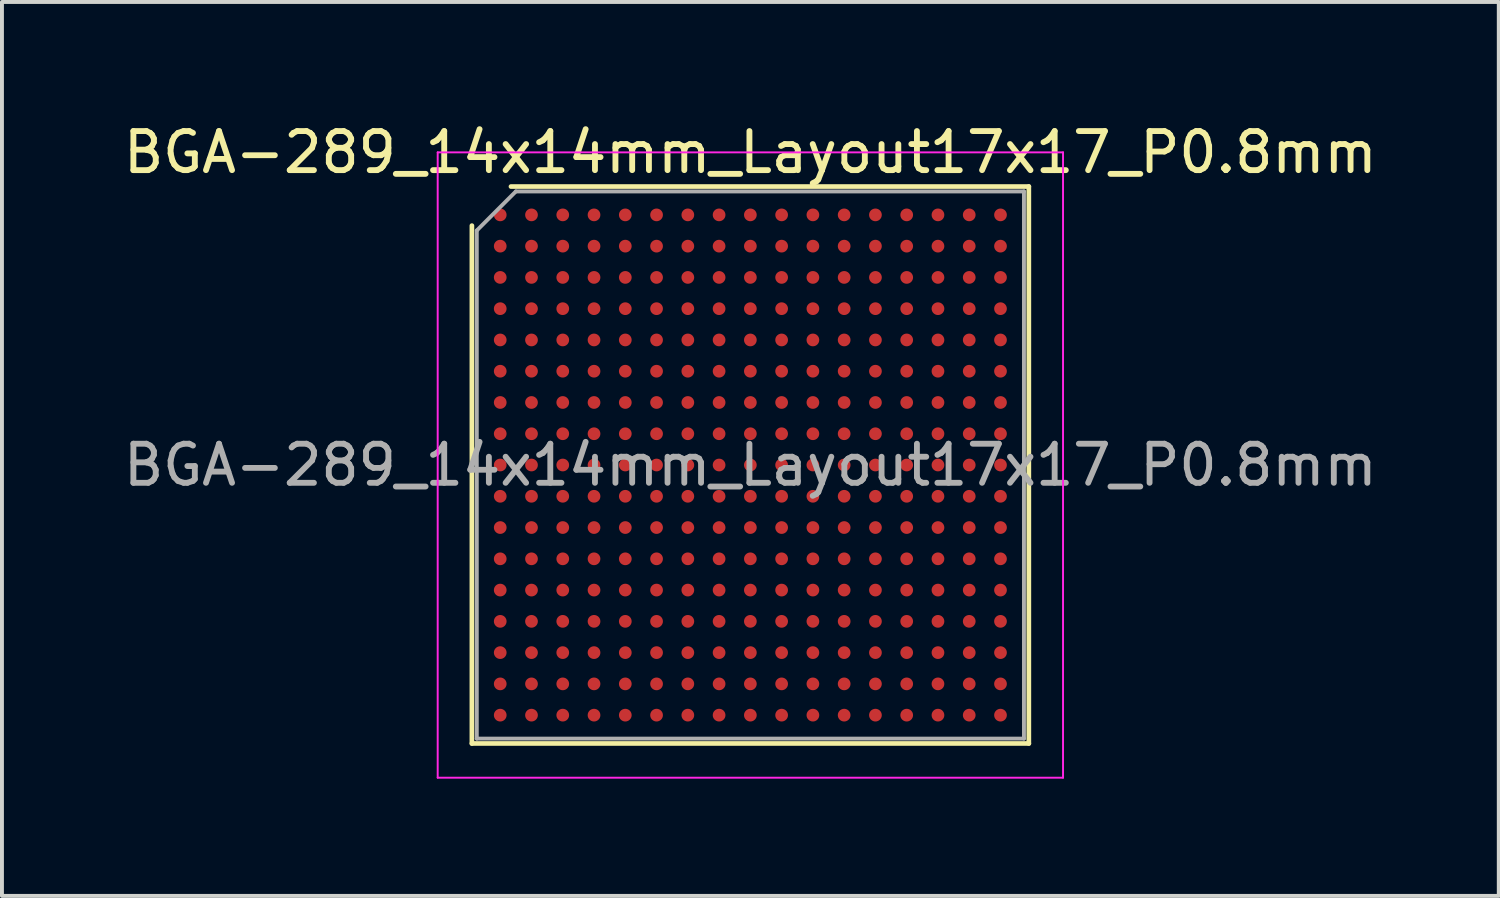
<source format=kicad_pcb>
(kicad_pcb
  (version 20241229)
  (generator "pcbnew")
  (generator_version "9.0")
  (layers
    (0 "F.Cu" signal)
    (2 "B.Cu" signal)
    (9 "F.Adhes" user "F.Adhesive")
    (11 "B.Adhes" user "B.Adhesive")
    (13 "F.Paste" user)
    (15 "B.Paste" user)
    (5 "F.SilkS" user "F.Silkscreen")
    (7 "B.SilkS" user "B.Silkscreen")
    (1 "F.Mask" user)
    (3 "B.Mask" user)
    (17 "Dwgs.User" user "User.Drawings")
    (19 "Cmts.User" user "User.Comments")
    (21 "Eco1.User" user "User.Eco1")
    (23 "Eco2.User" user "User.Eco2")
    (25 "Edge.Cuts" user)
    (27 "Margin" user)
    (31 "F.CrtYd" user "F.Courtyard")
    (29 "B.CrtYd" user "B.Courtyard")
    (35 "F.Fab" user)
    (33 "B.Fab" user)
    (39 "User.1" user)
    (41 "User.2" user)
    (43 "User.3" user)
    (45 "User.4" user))
  (footprint "BGA-289_14x14mm_Layout17x17_P0.8mm"
    (layer "F.Cu")
    (at 16.149 8.848)
    (property "Reference" "BGA-289_14x14mm_Layout17x17_P0.8mm" (at 0 -8 0) (layer "F.SilkS") (effects (font (size 1 1) (thickness 0.15))))
    (attr smd)
    (fp_line (start -7.125 7.125) (end -7.125 -6.125) (stroke (width 0.12) (type solid)) (layer "F.SilkS"))
    (fp_line (start -6.125 -7.125) (end 7.125 -7.125) (stroke (width 0.12) (type solid)) (layer "F.SilkS"))
    (fp_line (start 7.125 -7.125) (end 7.125 7.125) (stroke (width 0.12) (type solid)) (layer "F.SilkS"))
    (fp_line (start 7.125 7.125) (end -7.125 7.125) (stroke (width 0.12) (type solid)) (layer "F.SilkS"))
    (fp_line (start -8 -8) (end -8 8) (stroke (width 0.05) (type solid)) (layer "F.CrtYd"))
    (fp_line (start -8 8) (end 8 8) (stroke (width 0.05) (type solid)) (layer "F.CrtYd"))
    (fp_line (start 8 -8) (end -8 -8) (stroke (width 0.05) (type solid)) (layer "F.CrtYd"))
    (fp_line (start 8 8) (end 8 -8) (stroke (width 0.05) (type solid)) (layer "F.CrtYd"))
    (fp_line (start -7 -6) (end -6 -7) (stroke (width 0.1) (type solid)) (layer "F.Fab"))
    (fp_line (start -7 7) (end -7 -6) (stroke (width 0.1) (type solid)) (layer "F.Fab"))
    (fp_line (start -6 -7) (end 7 -7) (stroke (width 0.1) (type solid)) (layer "F.Fab"))
    (fp_line (start 7 -7) (end 7 7) (stroke (width 0.1) (type solid)) (layer "F.Fab"))
    (fp_line (start 7 7) (end -7 7) (stroke (width 0.1) (type solid)) (layer "F.Fab"))
    (fp_text user "${REFERENCE}" (at 0 0 0) (layer "F.Fab") (effects (font (size 1 1) (thickness 0.15))))
    (pad "A1" smd circle (at -6.4 -6.4) (size 0.325 0.325) (layers "F.Cu" "F.Mask" "F.Paste"))
    (pad "A2" smd circle (at -5.6 -6.4) (size 0.325 0.325) (layers "F.Cu" "F.Mask" "F.Paste"))
    (pad "A3" smd circle (at -4.8 -6.4) (size 0.325 0.325) (layers "F.Cu" "F.Mask" "F.Paste"))
    (pad "A4" smd circle (at -4 -6.4) (size 0.325 0.325) (layers "F.Cu" "F.Mask" "F.Paste"))
    (pad "A5" smd circle (at -3.2 -6.4) (size 0.325 0.325) (layers "F.Cu" "F.Mask" "F.Paste"))
    (pad "A6" smd circle (at -2.4 -6.4) (size 0.325 0.325) (layers "F.Cu" "F.Mask" "F.Paste"))
    (pad "A7" smd circle (at -1.6 -6.4) (size 0.325 0.325) (layers "F.Cu" "F.Mask" "F.Paste"))
    (pad "A8" smd circle (at -0.8 -6.4) (size 0.325 0.325) (layers "F.Cu" "F.Mask" "F.Paste"))
    (pad "A9" smd circle (at 0 -6.4) (size 0.325 0.325) (layers "F.Cu" "F.Mask" "F.Paste"))
    (pad "A10" smd circle (at 0.8 -6.4) (size 0.325 0.325) (layers "F.Cu" "F.Mask" "F.Paste"))
    (pad "A11" smd circle (at 1.6 -6.4) (size 0.325 0.325) (layers "F.Cu" "F.Mask" "F.Paste"))
    (pad "A12" smd circle (at 2.4 -6.4) (size 0.325 0.325) (layers "F.Cu" "F.Mask" "F.Paste"))
    (pad "A13" smd circle (at 3.2 -6.4) (size 0.325 0.325) (layers "F.Cu" "F.Mask" "F.Paste"))
    (pad "A14" smd circle (at 4 -6.4) (size 0.325 0.325) (layers "F.Cu" "F.Mask" "F.Paste"))
    (pad "A15" smd circle (at 4.8 -6.4) (size 0.325 0.325) (layers "F.Cu" "F.Mask" "F.Paste"))
    (pad "A16" smd circle (at 5.6 -6.4) (size 0.325 0.325) (layers "F.Cu" "F.Mask" "F.Paste"))
    (pad "A17" smd circle (at 6.4 -6.4) (size 0.325 0.325) (layers "F.Cu" "F.Mask" "F.Paste"))
    (pad "B1" smd circle (at -6.4 -5.6) (size 0.325 0.325) (layers "F.Cu" "F.Mask" "F.Paste"))
    (pad "B2" smd circle (at -5.6 -5.6) (size 0.325 0.325) (layers "F.Cu" "F.Mask" "F.Paste"))
    (pad "B3" smd circle (at -4.8 -5.6) (size 0.325 0.325) (layers "F.Cu" "F.Mask" "F.Paste"))
    (pad "B4" smd circle (at -4 -5.6) (size 0.325 0.325) (layers "F.Cu" "F.Mask" "F.Paste"))
    (pad "B5" smd circle (at -3.2 -5.6) (size 0.325 0.325) (layers "F.Cu" "F.Mask" "F.Paste"))
    (pad "B6" smd circle (at -2.4 -5.6) (size 0.325 0.325) (layers "F.Cu" "F.Mask" "F.Paste"))
    (pad "B7" smd circle (at -1.6 -5.6) (size 0.325 0.325) (layers "F.Cu" "F.Mask" "F.Paste"))
    (pad "B8" smd circle (at -0.8 -5.6) (size 0.325 0.325) (layers "F.Cu" "F.Mask" "F.Paste"))
    (pad "B9" smd circle (at 0 -5.6) (size 0.325 0.325) (layers "F.Cu" "F.Mask" "F.Paste"))
    (pad "B10" smd circle (at 0.8 -5.6) (size 0.325 0.325) (layers "F.Cu" "F.Mask" "F.Paste"))
    (pad "B11" smd circle (at 1.6 -5.6) (size 0.325 0.325) (layers "F.Cu" "F.Mask" "F.Paste"))
    (pad "B12" smd circle (at 2.4 -5.6) (size 0.325 0.325) (layers "F.Cu" "F.Mask" "F.Paste"))
    (pad "B13" smd circle (at 3.2 -5.6) (size 0.325 0.325) (layers "F.Cu" "F.Mask" "F.Paste"))
    (pad "B14" smd circle (at 4 -5.6) (size 0.325 0.325) (layers "F.Cu" "F.Mask" "F.Paste"))
    (pad "B15" smd circle (at 4.8 -5.6) (size 0.325 0.325) (layers "F.Cu" "F.Mask" "F.Paste"))
    (pad "B16" smd circle (at 5.6 -5.6) (size 0.325 0.325) (layers "F.Cu" "F.Mask" "F.Paste"))
    (pad "B17" smd circle (at 6.4 -5.6) (size 0.325 0.325) (layers "F.Cu" "F.Mask" "F.Paste"))
    (pad "C1" smd circle (at -6.4 -4.8) (size 0.325 0.325) (layers "F.Cu" "F.Mask" "F.Paste"))
    (pad "C2" smd circle (at -5.6 -4.8) (size 0.325 0.325) (layers "F.Cu" "F.Mask" "F.Paste"))
    (pad "C3" smd circle (at -4.8 -4.8) (size 0.325 0.325) (layers "F.Cu" "F.Mask" "F.Paste"))
    (pad "C4" smd circle (at -4 -4.8) (size 0.325 0.325) (layers "F.Cu" "F.Mask" "F.Paste"))
    (pad "C5" smd circle (at -3.2 -4.8) (size 0.325 0.325) (layers "F.Cu" "F.Mask" "F.Paste"))
    (pad "C6" smd circle (at -2.4 -4.8) (size 0.325 0.325) (layers "F.Cu" "F.Mask" "F.Paste"))
    (pad "C7" smd circle (at -1.6 -4.8) (size 0.325 0.325) (layers "F.Cu" "F.Mask" "F.Paste"))
    (pad "C8" smd circle (at -0.8 -4.8) (size 0.325 0.325) (layers "F.Cu" "F.Mask" "F.Paste"))
    (pad "C9" smd circle (at 0 -4.8) (size 0.325 0.325) (layers "F.Cu" "F.Mask" "F.Paste"))
    (pad "C10" smd circle (at 0.8 -4.8) (size 0.325 0.325) (layers "F.Cu" "F.Mask" "F.Paste"))
    (pad "C11" smd circle (at 1.6 -4.8) (size 0.325 0.325) (layers "F.Cu" "F.Mask" "F.Paste"))
    (pad "C12" smd circle (at 2.4 -4.8) (size 0.325 0.325) (layers "F.Cu" "F.Mask" "F.Paste"))
    (pad "C13" smd circle (at 3.2 -4.8) (size 0.325 0.325) (layers "F.Cu" "F.Mask" "F.Paste"))
    (pad "C14" smd circle (at 4 -4.8) (size 0.325 0.325) (layers "F.Cu" "F.Mask" "F.Paste"))
    (pad "C15" smd circle (at 4.8 -4.8) (size 0.325 0.325) (layers "F.Cu" "F.Mask" "F.Paste"))
    (pad "C16" smd circle (at 5.6 -4.8) (size 0.325 0.325) (layers "F.Cu" "F.Mask" "F.Paste"))
    (pad "C17" smd circle (at 6.4 -4.8) (size 0.325 0.325) (layers "F.Cu" "F.Mask" "F.Paste"))
    (pad "D1" smd circle (at -6.4 -4) (size 0.325 0.325) (layers "F.Cu" "F.Mask" "F.Paste"))
    (pad "D2" smd circle (at -5.6 -4) (size 0.325 0.325) (layers "F.Cu" "F.Mask" "F.Paste"))
    (pad "D3" smd circle (at -4.8 -4) (size 0.325 0.325) (layers "F.Cu" "F.Mask" "F.Paste"))
    (pad "D4" smd circle (at -4 -4) (size 0.325 0.325) (layers "F.Cu" "F.Mask" "F.Paste"))
    (pad "D5" smd circle (at -3.2 -4) (size 0.325 0.325) (layers "F.Cu" "F.Mask" "F.Paste"))
    (pad "D6" smd circle (at -2.4 -4) (size 0.325 0.325) (layers "F.Cu" "F.Mask" "F.Paste"))
    (pad "D7" smd circle (at -1.6 -4) (size 0.325 0.325) (layers "F.Cu" "F.Mask" "F.Paste"))
    (pad "D8" smd circle (at -0.8 -4) (size 0.325 0.325) (layers "F.Cu" "F.Mask" "F.Paste"))
    (pad "D9" smd circle (at 0 -4) (size 0.325 0.325) (layers "F.Cu" "F.Mask" "F.Paste"))
    (pad "D10" smd circle (at 0.8 -4) (size 0.325 0.325) (layers "F.Cu" "F.Mask" "F.Paste"))
    (pad "D11" smd circle (at 1.6 -4) (size 0.325 0.325) (layers "F.Cu" "F.Mask" "F.Paste"))
    (pad "D12" smd circle (at 2.4 -4) (size 0.325 0.325) (layers "F.Cu" "F.Mask" "F.Paste"))
    (pad "D13" smd circle (at 3.2 -4) (size 0.325 0.325) (layers "F.Cu" "F.Mask" "F.Paste"))
    (pad "D14" smd circle (at 4 -4) (size 0.325 0.325) (layers "F.Cu" "F.Mask" "F.Paste"))
    (pad "D15" smd circle (at 4.8 -4) (size 0.325 0.325) (layers "F.Cu" "F.Mask" "F.Paste"))
    (pad "D16" smd circle (at 5.6 -4) (size 0.325 0.325) (layers "F.Cu" "F.Mask" "F.Paste"))
    (pad "D17" smd circle (at 6.4 -4) (size 0.325 0.325) (layers "F.Cu" "F.Mask" "F.Paste"))
    (pad "E1" smd circle (at -6.4 -3.2) (size 0.325 0.325) (layers "F.Cu" "F.Mask" "F.Paste"))
    (pad "E2" smd circle (at -5.6 -3.2) (size 0.325 0.325) (layers "F.Cu" "F.Mask" "F.Paste"))
    (pad "E3" smd circle (at -4.8 -3.2) (size 0.325 0.325) (layers "F.Cu" "F.Mask" "F.Paste"))
    (pad "E4" smd circle (at -4 -3.2) (size 0.325 0.325) (layers "F.Cu" "F.Mask" "F.Paste"))
    (pad "E5" smd circle (at -3.2 -3.2) (size 0.325 0.325) (layers "F.Cu" "F.Mask" "F.Paste"))
    (pad "E6" smd circle (at -2.4 -3.2) (size 0.325 0.325) (layers "F.Cu" "F.Mask" "F.Paste"))
    (pad "E7" smd circle (at -1.6 -3.2) (size 0.325 0.325) (layers "F.Cu" "F.Mask" "F.Paste"))
    (pad "E8" smd circle (at -0.8 -3.2) (size 0.325 0.325) (layers "F.Cu" "F.Mask" "F.Paste"))
    (pad "E9" smd circle (at 0 -3.2) (size 0.325 0.325) (layers "F.Cu" "F.Mask" "F.Paste"))
    (pad "E10" smd circle (at 0.8 -3.2) (size 0.325 0.325) (layers "F.Cu" "F.Mask" "F.Paste"))
    (pad "E11" smd circle (at 1.6 -3.2) (size 0.325 0.325) (layers "F.Cu" "F.Mask" "F.Paste"))
    (pad "E12" smd circle (at 2.4 -3.2) (size 0.325 0.325) (layers "F.Cu" "F.Mask" "F.Paste"))
    (pad "E13" smd circle (at 3.2 -3.2) (size 0.325 0.325) (layers "F.Cu" "F.Mask" "F.Paste"))
    (pad "E14" smd circle (at 4 -3.2) (size 0.325 0.325) (layers "F.Cu" "F.Mask" "F.Paste"))
    (pad "E15" smd circle (at 4.8 -3.2) (size 0.325 0.325) (layers "F.Cu" "F.Mask" "F.Paste"))
    (pad "E16" smd circle (at 5.6 -3.2) (size 0.325 0.325) (layers "F.Cu" "F.Mask" "F.Paste"))
    (pad "E17" smd circle (at 6.4 -3.2) (size 0.325 0.325) (layers "F.Cu" "F.Mask" "F.Paste"))
    (pad "F1" smd circle (at -6.4 -2.4) (size 0.325 0.325) (layers "F.Cu" "F.Mask" "F.Paste"))
    (pad "F2" smd circle (at -5.6 -2.4) (size 0.325 0.325) (layers "F.Cu" "F.Mask" "F.Paste"))
    (pad "F3" smd circle (at -4.8 -2.4) (size 0.325 0.325) (layers "F.Cu" "F.Mask" "F.Paste"))
    (pad "F4" smd circle (at -4 -2.4) (size 0.325 0.325) (layers "F.Cu" "F.Mask" "F.Paste"))
    (pad "F5" smd circle (at -3.2 -2.4) (size 0.325 0.325) (layers "F.Cu" "F.Mask" "F.Paste"))
    (pad "F6" smd circle (at -2.4 -2.4) (size 0.325 0.325) (layers "F.Cu" "F.Mask" "F.Paste"))
    (pad "F7" smd circle (at -1.6 -2.4) (size 0.325 0.325) (layers "F.Cu" "F.Mask" "F.Paste"))
    (pad "F8" smd circle (at -0.8 -2.4) (size 0.325 0.325) (layers "F.Cu" "F.Mask" "F.Paste"))
    (pad "F9" smd circle (at 0 -2.4) (size 0.325 0.325) (layers "F.Cu" "F.Mask" "F.Paste"))
    (pad "F10" smd circle (at 0.8 -2.4) (size 0.325 0.325) (layers "F.Cu" "F.Mask" "F.Paste"))
    (pad "F11" smd circle (at 1.6 -2.4) (size 0.325 0.325) (layers "F.Cu" "F.Mask" "F.Paste"))
    (pad "F12" smd circle (at 2.4 -2.4) (size 0.325 0.325) (layers "F.Cu" "F.Mask" "F.Paste"))
    (pad "F13" smd circle (at 3.2 -2.4) (size 0.325 0.325) (layers "F.Cu" "F.Mask" "F.Paste"))
    (pad "F14" smd circle (at 4 -2.4) (size 0.325 0.325) (layers "F.Cu" "F.Mask" "F.Paste"))
    (pad "F15" smd circle (at 4.8 -2.4) (size 0.325 0.325) (layers "F.Cu" "F.Mask" "F.Paste"))
    (pad "F16" smd circle (at 5.6 -2.4) (size 0.325 0.325) (layers "F.Cu" "F.Mask" "F.Paste"))
    (pad "F17" smd circle (at 6.4 -2.4) (size 0.325 0.325) (layers "F.Cu" "F.Mask" "F.Paste"))
    (pad "G1" smd circle (at -6.4 -1.6) (size 0.325 0.325) (layers "F.Cu" "F.Mask" "F.Paste"))
    (pad "G2" smd circle (at -5.6 -1.6) (size 0.325 0.325) (layers "F.Cu" "F.Mask" "F.Paste"))
    (pad "G3" smd circle (at -4.8 -1.6) (size 0.325 0.325) (layers "F.Cu" "F.Mask" "F.Paste"))
    (pad "G4" smd circle (at -4 -1.6) (size 0.325 0.325) (layers "F.Cu" "F.Mask" "F.Paste"))
    (pad "G5" smd circle (at -3.2 -1.6) (size 0.325 0.325) (layers "F.Cu" "F.Mask" "F.Paste"))
    (pad "G6" smd circle (at -2.4 -1.6) (size 0.325 0.325) (layers "F.Cu" "F.Mask" "F.Paste"))
    (pad "G7" smd circle (at -1.6 -1.6) (size 0.325 0.325) (layers "F.Cu" "F.Mask" "F.Paste"))
    (pad "G8" smd circle (at -0.8 -1.6) (size 0.325 0.325) (layers "F.Cu" "F.Mask" "F.Paste"))
    (pad "G9" smd circle (at 0 -1.6) (size 0.325 0.325) (layers "F.Cu" "F.Mask" "F.Paste"))
    (pad "G10" smd circle (at 0.8 -1.6) (size 0.325 0.325) (layers "F.Cu" "F.Mask" "F.Paste"))
    (pad "G11" smd circle (at 1.6 -1.6) (size 0.325 0.325) (layers "F.Cu" "F.Mask" "F.Paste"))
    (pad "G12" smd circle (at 2.4 -1.6) (size 0.325 0.325) (layers "F.Cu" "F.Mask" "F.Paste"))
    (pad "G13" smd circle (at 3.2 -1.6) (size 0.325 0.325) (layers "F.Cu" "F.Mask" "F.Paste"))
    (pad "G14" smd circle (at 4 -1.6) (size 0.325 0.325) (layers "F.Cu" "F.Mask" "F.Paste"))
    (pad "G15" smd circle (at 4.8 -1.6) (size 0.325 0.325) (layers "F.Cu" "F.Mask" "F.Paste"))
    (pad "G16" smd circle (at 5.6 -1.6) (size 0.325 0.325) (layers "F.Cu" "F.Mask" "F.Paste"))
    (pad "G17" smd circle (at 6.4 -1.6) (size 0.325 0.325) (layers "F.Cu" "F.Mask" "F.Paste"))
    (pad "H1" smd circle (at -6.4 -0.8) (size 0.325 0.325) (layers "F.Cu" "F.Mask" "F.Paste"))
    (pad "H2" smd circle (at -5.6 -0.8) (size 0.325 0.325) (layers "F.Cu" "F.Mask" "F.Paste"))
    (pad "H3" smd circle (at -4.8 -0.8) (size 0.325 0.325) (layers "F.Cu" "F.Mask" "F.Paste"))
    (pad "H4" smd circle (at -4 -0.8) (size 0.325 0.325) (layers "F.Cu" "F.Mask" "F.Paste"))
    (pad "H5" smd circle (at -3.2 -0.8) (size 0.325 0.325) (layers "F.Cu" "F.Mask" "F.Paste"))
    (pad "H6" smd circle (at -2.4 -0.8) (size 0.325 0.325) (layers "F.Cu" "F.Mask" "F.Paste"))
    (pad "H7" smd circle (at -1.6 -0.8) (size 0.325 0.325) (layers "F.Cu" "F.Mask" "F.Paste"))
    (pad "H8" smd circle (at -0.8 -0.8) (size 0.325 0.325) (layers "F.Cu" "F.Mask" "F.Paste"))
    (pad "H9" smd circle (at 0 -0.8) (size 0.325 0.325) (layers "F.Cu" "F.Mask" "F.Paste"))
    (pad "H10" smd circle (at 0.8 -0.8) (size 0.325 0.325) (layers "F.Cu" "F.Mask" "F.Paste"))
    (pad "H11" smd circle (at 1.6 -0.8) (size 0.325 0.325) (layers "F.Cu" "F.Mask" "F.Paste"))
    (pad "H12" smd circle (at 2.4 -0.8) (size 0.325 0.325) (layers "F.Cu" "F.Mask" "F.Paste"))
    (pad "H13" smd circle (at 3.2 -0.8) (size 0.325 0.325) (layers "F.Cu" "F.Mask" "F.Paste"))
    (pad "H14" smd circle (at 4 -0.8) (size 0.325 0.325) (layers "F.Cu" "F.Mask" "F.Paste"))
    (pad "H15" smd circle (at 4.8 -0.8) (size 0.325 0.325) (layers "F.Cu" "F.Mask" "F.Paste"))
    (pad "H16" smd circle (at 5.6 -0.8) (size 0.325 0.325) (layers "F.Cu" "F.Mask" "F.Paste"))
    (pad "H17" smd circle (at 6.4 -0.8) (size 0.325 0.325) (layers "F.Cu" "F.Mask" "F.Paste"))
    (pad "J1" smd circle (at -6.4 0) (size 0.325 0.325) (layers "F.Cu" "F.Mask" "F.Paste"))
    (pad "J2" smd circle (at -5.6 0) (size 0.325 0.325) (layers "F.Cu" "F.Mask" "F.Paste"))
    (pad "J3" smd circle (at -4.8 0) (size 0.325 0.325) (layers "F.Cu" "F.Mask" "F.Paste"))
    (pad "J4" smd circle (at -4 0) (size 0.325 0.325) (layers "F.Cu" "F.Mask" "F.Paste"))
    (pad "J5" smd circle (at -3.2 0) (size 0.325 0.325) (layers "F.Cu" "F.Mask" "F.Paste"))
    (pad "J6" smd circle (at -2.4 0) (size 0.325 0.325) (layers "F.Cu" "F.Mask" "F.Paste"))
    (pad "J7" smd circle (at -1.6 0) (size 0.325 0.325) (layers "F.Cu" "F.Mask" "F.Paste"))
    (pad "J8" smd circle (at -0.8 0) (size 0.325 0.325) (layers "F.Cu" "F.Mask" "F.Paste"))
    (pad "J9" smd circle (at 0 0) (size 0.325 0.325) (layers "F.Cu" "F.Mask" "F.Paste"))
    (pad "J10" smd circle (at 0.8 0) (size 0.325 0.325) (layers "F.Cu" "F.Mask" "F.Paste"))
    (pad "J11" smd circle (at 1.6 0) (size 0.325 0.325) (layers "F.Cu" "F.Mask" "F.Paste"))
    (pad "J12" smd circle (at 2.4 0) (size 0.325 0.325) (layers "F.Cu" "F.Mask" "F.Paste"))
    (pad "J13" smd circle (at 3.2 0) (size 0.325 0.325) (layers "F.Cu" "F.Mask" "F.Paste"))
    (pad "J14" smd circle (at 4 0) (size 0.325 0.325) (layers "F.Cu" "F.Mask" "F.Paste"))
    (pad "J15" smd circle (at 4.8 0) (size 0.325 0.325) (layers "F.Cu" "F.Mask" "F.Paste"))
    (pad "J16" smd circle (at 5.6 0) (size 0.325 0.325) (layers "F.Cu" "F.Mask" "F.Paste"))
    (pad "J17" smd circle (at 6.4 0) (size 0.325 0.325) (layers "F.Cu" "F.Mask" "F.Paste"))
    (pad "K1" smd circle (at -6.4 0.8) (size 0.325 0.325) (layers "F.Cu" "F.Mask" "F.Paste"))
    (pad "K2" smd circle (at -5.6 0.8) (size 0.325 0.325) (layers "F.Cu" "F.Mask" "F.Paste"))
    (pad "K3" smd circle (at -4.8 0.8) (size 0.325 0.325) (layers "F.Cu" "F.Mask" "F.Paste"))
    (pad "K4" smd circle (at -4 0.8) (size 0.325 0.325) (layers "F.Cu" "F.Mask" "F.Paste"))
    (pad "K5" smd circle (at -3.2 0.8) (size 0.325 0.325) (layers "F.Cu" "F.Mask" "F.Paste"))
    (pad "K6" smd circle (at -2.4 0.8) (size 0.325 0.325) (layers "F.Cu" "F.Mask" "F.Paste"))
    (pad "K7" smd circle (at -1.6 0.8) (size 0.325 0.325) (layers "F.Cu" "F.Mask" "F.Paste"))
    (pad "K8" smd circle (at -0.8 0.8) (size 0.325 0.325) (layers "F.Cu" "F.Mask" "F.Paste"))
    (pad "K9" smd circle (at 0 0.8) (size 0.325 0.325) (layers "F.Cu" "F.Mask" "F.Paste"))
    (pad "K10" smd circle (at 0.8 0.8) (size 0.325 0.325) (layers "F.Cu" "F.Mask" "F.Paste"))
    (pad "K11" smd circle (at 1.6 0.8) (size 0.325 0.325) (layers "F.Cu" "F.Mask" "F.Paste"))
    (pad "K12" smd circle (at 2.4 0.8) (size 0.325 0.325) (layers "F.Cu" "F.Mask" "F.Paste"))
    (pad "K13" smd circle (at 3.2 0.8) (size 0.325 0.325) (layers "F.Cu" "F.Mask" "F.Paste"))
    (pad "K14" smd circle (at 4 0.8) (size 0.325 0.325) (layers "F.Cu" "F.Mask" "F.Paste"))
    (pad "K15" smd circle (at 4.8 0.8) (size 0.325 0.325) (layers "F.Cu" "F.Mask" "F.Paste"))
    (pad "K16" smd circle (at 5.6 0.8) (size 0.325 0.325) (layers "F.Cu" "F.Mask" "F.Paste"))
    (pad "K17" smd circle (at 6.4 0.8) (size 0.325 0.325) (layers "F.Cu" "F.Mask" "F.Paste"))
    (pad "L1" smd circle (at -6.4 1.6) (size 0.325 0.325) (layers "F.Cu" "F.Mask" "F.Paste"))
    (pad "L2" smd circle (at -5.6 1.6) (size 0.325 0.325) (layers "F.Cu" "F.Mask" "F.Paste"))
    (pad "L3" smd circle (at -4.8 1.6) (size 0.325 0.325) (layers "F.Cu" "F.Mask" "F.Paste"))
    (pad "L4" smd circle (at -4 1.6) (size 0.325 0.325) (layers "F.Cu" "F.Mask" "F.Paste"))
    (pad "L5" smd circle (at -3.2 1.6) (size 0.325 0.325) (layers "F.Cu" "F.Mask" "F.Paste"))
    (pad "L6" smd circle (at -2.4 1.6) (size 0.325 0.325) (layers "F.Cu" "F.Mask" "F.Paste"))
    (pad "L7" smd circle (at -1.6 1.6) (size 0.325 0.325) (layers "F.Cu" "F.Mask" "F.Paste"))
    (pad "L8" smd circle (at -0.8 1.6) (size 0.325 0.325) (layers "F.Cu" "F.Mask" "F.Paste"))
    (pad "L9" smd circle (at 0 1.6) (size 0.325 0.325) (layers "F.Cu" "F.Mask" "F.Paste"))
    (pad "L10" smd circle (at 0.8 1.6) (size 0.325 0.325) (layers "F.Cu" "F.Mask" "F.Paste"))
    (pad "L11" smd circle (at 1.6 1.6) (size 0.325 0.325) (layers "F.Cu" "F.Mask" "F.Paste"))
    (pad "L12" smd circle (at 2.4 1.6) (size 0.325 0.325) (layers "F.Cu" "F.Mask" "F.Paste"))
    (pad "L13" smd circle (at 3.2 1.6) (size 0.325 0.325) (layers "F.Cu" "F.Mask" "F.Paste"))
    (pad "L14" smd circle (at 4 1.6) (size 0.325 0.325) (layers "F.Cu" "F.Mask" "F.Paste"))
    (pad "L15" smd circle (at 4.8 1.6) (size 0.325 0.325) (layers "F.Cu" "F.Mask" "F.Paste"))
    (pad "L16" smd circle (at 5.6 1.6) (size 0.325 0.325) (layers "F.Cu" "F.Mask" "F.Paste"))
    (pad "L17" smd circle (at 6.4 1.6) (size 0.325 0.325) (layers "F.Cu" "F.Mask" "F.Paste"))
    (pad "M1" smd circle (at -6.4 2.4) (size 0.325 0.325) (layers "F.Cu" "F.Mask" "F.Paste"))
    (pad "M2" smd circle (at -5.6 2.4) (size 0.325 0.325) (layers "F.Cu" "F.Mask" "F.Paste"))
    (pad "M3" smd circle (at -4.8 2.4) (size 0.325 0.325) (layers "F.Cu" "F.Mask" "F.Paste"))
    (pad "M4" smd circle (at -4 2.4) (size 0.325 0.325) (layers "F.Cu" "F.Mask" "F.Paste"))
    (pad "M5" smd circle (at -3.2 2.4) (size 0.325 0.325) (layers "F.Cu" "F.Mask" "F.Paste"))
    (pad "M6" smd circle (at -2.4 2.4) (size 0.325 0.325) (layers "F.Cu" "F.Mask" "F.Paste"))
    (pad "M7" smd circle (at -1.6 2.4) (size 0.325 0.325) (layers "F.Cu" "F.Mask" "F.Paste"))
    (pad "M8" smd circle (at -0.8 2.4) (size 0.325 0.325) (layers "F.Cu" "F.Mask" "F.Paste"))
    (pad "M9" smd circle (at 0 2.4) (size 0.325 0.325) (layers "F.Cu" "F.Mask" "F.Paste"))
    (pad "M10" smd circle (at 0.8 2.4) (size 0.325 0.325) (layers "F.Cu" "F.Mask" "F.Paste"))
    (pad "M11" smd circle (at 1.6 2.4) (size 0.325 0.325) (layers "F.Cu" "F.Mask" "F.Paste"))
    (pad "M12" smd circle (at 2.4 2.4) (size 0.325 0.325) (layers "F.Cu" "F.Mask" "F.Paste"))
    (pad "M13" smd circle (at 3.2 2.4) (size 0.325 0.325) (layers "F.Cu" "F.Mask" "F.Paste"))
    (pad "M14" smd circle (at 4 2.4) (size 0.325 0.325) (layers "F.Cu" "F.Mask" "F.Paste"))
    (pad "M15" smd circle (at 4.8 2.4) (size 0.325 0.325) (layers "F.Cu" "F.Mask" "F.Paste"))
    (pad "M16" smd circle (at 5.6 2.4) (size 0.325 0.325) (layers "F.Cu" "F.Mask" "F.Paste"))
    (pad "M17" smd circle (at 6.4 2.4) (size 0.325 0.325) (layers "F.Cu" "F.Mask" "F.Paste"))
    (pad "N1" smd circle (at -6.4 3.2) (size 0.325 0.325) (layers "F.Cu" "F.Mask" "F.Paste"))
    (pad "N2" smd circle (at -5.6 3.2) (size 0.325 0.325) (layers "F.Cu" "F.Mask" "F.Paste"))
    (pad "N3" smd circle (at -4.8 3.2) (size 0.325 0.325) (layers "F.Cu" "F.Mask" "F.Paste"))
    (pad "N4" smd circle (at -4 3.2) (size 0.325 0.325) (layers "F.Cu" "F.Mask" "F.Paste"))
    (pad "N5" smd circle (at -3.2 3.2) (size 0.325 0.325) (layers "F.Cu" "F.Mask" "F.Paste"))
    (pad "N6" smd circle (at -2.4 3.2) (size 0.325 0.325) (layers "F.Cu" "F.Mask" "F.Paste"))
    (pad "N7" smd circle (at -1.6 3.2) (size 0.325 0.325) (layers "F.Cu" "F.Mask" "F.Paste"))
    (pad "N8" smd circle (at -0.8 3.2) (size 0.325 0.325) (layers "F.Cu" "F.Mask" "F.Paste"))
    (pad "N9" smd circle (at 0 3.2) (size 0.325 0.325) (layers "F.Cu" "F.Mask" "F.Paste"))
    (pad "N10" smd circle (at 0.8 3.2) (size 0.325 0.325) (layers "F.Cu" "F.Mask" "F.Paste"))
    (pad "N11" smd circle (at 1.6 3.2) (size 0.325 0.325) (layers "F.Cu" "F.Mask" "F.Paste"))
    (pad "N12" smd circle (at 2.4 3.2) (size 0.325 0.325) (layers "F.Cu" "F.Mask" "F.Paste"))
    (pad "N13" smd circle (at 3.2 3.2) (size 0.325 0.325) (layers "F.Cu" "F.Mask" "F.Paste"))
    (pad "N14" smd circle (at 4 3.2) (size 0.325 0.325) (layers "F.Cu" "F.Mask" "F.Paste"))
    (pad "N15" smd circle (at 4.8 3.2) (size 0.325 0.325) (layers "F.Cu" "F.Mask" "F.Paste"))
    (pad "N16" smd circle (at 5.6 3.2) (size 0.325 0.325) (layers "F.Cu" "F.Mask" "F.Paste"))
    (pad "N17" smd circle (at 6.4 3.2) (size 0.325 0.325) (layers "F.Cu" "F.Mask" "F.Paste"))
    (pad "P1" smd circle (at -6.4 4) (size 0.325 0.325) (layers "F.Cu" "F.Mask" "F.Paste"))
    (pad "P2" smd circle (at -5.6 4) (size 0.325 0.325) (layers "F.Cu" "F.Mask" "F.Paste"))
    (pad "P3" smd circle (at -4.8 4) (size 0.325 0.325) (layers "F.Cu" "F.Mask" "F.Paste"))
    (pad "P4" smd circle (at -4 4) (size 0.325 0.325) (layers "F.Cu" "F.Mask" "F.Paste"))
    (pad "P5" smd circle (at -3.2 4) (size 0.325 0.325) (layers "F.Cu" "F.Mask" "F.Paste"))
    (pad "P6" smd circle (at -2.4 4) (size 0.325 0.325) (layers "F.Cu" "F.Mask" "F.Paste"))
    (pad "P7" smd circle (at -1.6 4) (size 0.325 0.325) (layers "F.Cu" "F.Mask" "F.Paste"))
    (pad "P8" smd circle (at -0.8 4) (size 0.325 0.325) (layers "F.Cu" "F.Mask" "F.Paste"))
    (pad "P9" smd circle (at 0 4) (size 0.325 0.325) (layers "F.Cu" "F.Mask" "F.Paste"))
    (pad "P10" smd circle (at 0.8 4) (size 0.325 0.325) (layers "F.Cu" "F.Mask" "F.Paste"))
    (pad "P11" smd circle (at 1.6 4) (size 0.325 0.325) (layers "F.Cu" "F.Mask" "F.Paste"))
    (pad "P12" smd circle (at 2.4 4) (size 0.325 0.325) (layers "F.Cu" "F.Mask" "F.Paste"))
    (pad "P13" smd circle (at 3.2 4) (size 0.325 0.325) (layers "F.Cu" "F.Mask" "F.Paste"))
    (pad "P14" smd circle (at 4 4) (size 0.325 0.325) (layers "F.Cu" "F.Mask" "F.Paste"))
    (pad "P15" smd circle (at 4.8 4) (size 0.325 0.325) (layers "F.Cu" "F.Mask" "F.Paste"))
    (pad "P16" smd circle (at 5.6 4) (size 0.325 0.325) (layers "F.Cu" "F.Mask" "F.Paste"))
    (pad "P17" smd circle (at 6.4 4) (size 0.325 0.325) (layers "F.Cu" "F.Mask" "F.Paste"))
    (pad "R1" smd circle (at -6.4 4.8) (size 0.325 0.325) (layers "F.Cu" "F.Mask" "F.Paste"))
    (pad "R2" smd circle (at -5.6 4.8) (size 0.325 0.325) (layers "F.Cu" "F.Mask" "F.Paste"))
    (pad "R3" smd circle (at -4.8 4.8) (size 0.325 0.325) (layers "F.Cu" "F.Mask" "F.Paste"))
    (pad "R4" smd circle (at -4 4.8) (size 0.325 0.325) (layers "F.Cu" "F.Mask" "F.Paste"))
    (pad "R5" smd circle (at -3.2 4.8) (size 0.325 0.325) (layers "F.Cu" "F.Mask" "F.Paste"))
    (pad "R6" smd circle (at -2.4 4.8) (size 0.325 0.325) (layers "F.Cu" "F.Mask" "F.Paste"))
    (pad "R7" smd circle (at -1.6 4.8) (size 0.325 0.325) (layers "F.Cu" "F.Mask" "F.Paste"))
    (pad "R8" smd circle (at -0.8 4.8) (size 0.325 0.325) (layers "F.Cu" "F.Mask" "F.Paste"))
    (pad "R9" smd circle (at 0 4.8) (size 0.325 0.325) (layers "F.Cu" "F.Mask" "F.Paste"))
    (pad "R10" smd circle (at 0.8 4.8) (size 0.325 0.325) (layers "F.Cu" "F.Mask" "F.Paste"))
    (pad "R11" smd circle (at 1.6 4.8) (size 0.325 0.325) (layers "F.Cu" "F.Mask" "F.Paste"))
    (pad "R12" smd circle (at 2.4 4.8) (size 0.325 0.325) (layers "F.Cu" "F.Mask" "F.Paste"))
    (pad "R13" smd circle (at 3.2 4.8) (size 0.325 0.325) (layers "F.Cu" "F.Mask" "F.Paste"))
    (pad "R14" smd circle (at 4 4.8) (size 0.325 0.325) (layers "F.Cu" "F.Mask" "F.Paste"))
    (pad "R15" smd circle (at 4.8 4.8) (size 0.325 0.325) (layers "F.Cu" "F.Mask" "F.Paste"))
    (pad "R16" smd circle (at 5.6 4.8) (size 0.325 0.325) (layers "F.Cu" "F.Mask" "F.Paste"))
    (pad "R17" smd circle (at 6.4 4.8) (size 0.325 0.325) (layers "F.Cu" "F.Mask" "F.Paste"))
    (pad "T1" smd circle (at -6.4 5.6) (size 0.325 0.325) (layers "F.Cu" "F.Mask" "F.Paste"))
    (pad "T2" smd circle (at -5.6 5.6) (size 0.325 0.325) (layers "F.Cu" "F.Mask" "F.Paste"))
    (pad "T3" smd circle (at -4.8 5.6) (size 0.325 0.325) (layers "F.Cu" "F.Mask" "F.Paste"))
    (pad "T4" smd circle (at -4 5.6) (size 0.325 0.325) (layers "F.Cu" "F.Mask" "F.Paste"))
    (pad "T5" smd circle (at -3.2 5.6) (size 0.325 0.325) (layers "F.Cu" "F.Mask" "F.Paste"))
    (pad "T6" smd circle (at -2.4 5.6) (size 0.325 0.325) (layers "F.Cu" "F.Mask" "F.Paste"))
    (pad "T7" smd circle (at -1.6 5.6) (size 0.325 0.325) (layers "F.Cu" "F.Mask" "F.Paste"))
    (pad "T8" smd circle (at -0.8 5.6) (size 0.325 0.325) (layers "F.Cu" "F.Mask" "F.Paste"))
    (pad "T9" smd circle (at 0 5.6) (size 0.325 0.325) (layers "F.Cu" "F.Mask" "F.Paste"))
    (pad "T10" smd circle (at 0.8 5.6) (size 0.325 0.325) (layers "F.Cu" "F.Mask" "F.Paste"))
    (pad "T11" smd circle (at 1.6 5.6) (size 0.325 0.325) (layers "F.Cu" "F.Mask" "F.Paste"))
    (pad "T12" smd circle (at 2.4 5.6) (size 0.325 0.325) (layers "F.Cu" "F.Mask" "F.Paste"))
    (pad "T13" smd circle (at 3.2 5.6) (size 0.325 0.325) (layers "F.Cu" "F.Mask" "F.Paste"))
    (pad "T14" smd circle (at 4 5.6) (size 0.325 0.325) (layers "F.Cu" "F.Mask" "F.Paste"))
    (pad "T15" smd circle (at 4.8 5.6) (size 0.325 0.325) (layers "F.Cu" "F.Mask" "F.Paste"))
    (pad "T16" smd circle (at 5.6 5.6) (size 0.325 0.325) (layers "F.Cu" "F.Mask" "F.Paste"))
    (pad "T17" smd circle (at 6.4 5.6) (size 0.325 0.325) (layers "F.Cu" "F.Mask" "F.Paste"))
    (pad "U1" smd circle (at -6.4 6.4) (size 0.325 0.325) (layers "F.Cu" "F.Mask" "F.Paste"))
    (pad "U2" smd circle (at -5.6 6.4) (size 0.325 0.325) (layers "F.Cu" "F.Mask" "F.Paste"))
    (pad "U3" smd circle (at -4.8 6.4) (size 0.325 0.325) (layers "F.Cu" "F.Mask" "F.Paste"))
    (pad "U4" smd circle (at -4 6.4) (size 0.325 0.325) (layers "F.Cu" "F.Mask" "F.Paste"))
    (pad "U5" smd circle (at -3.2 6.4) (size 0.325 0.325) (layers "F.Cu" "F.Mask" "F.Paste"))
    (pad "U6" smd circle (at -2.4 6.4) (size 0.325 0.325) (layers "F.Cu" "F.Mask" "F.Paste"))
    (pad "U7" smd circle (at -1.6 6.4) (size 0.325 0.325) (layers "F.Cu" "F.Mask" "F.Paste"))
    (pad "U8" smd circle (at -0.8 6.4) (size 0.325 0.325) (layers "F.Cu" "F.Mask" "F.Paste"))
    (pad "U9" smd circle (at 0 6.4) (size 0.325 0.325) (layers "F.Cu" "F.Mask" "F.Paste"))
    (pad "U10" smd circle (at 0.8 6.4) (size 0.325 0.325) (layers "F.Cu" "F.Mask" "F.Paste"))
    (pad "U11" smd circle (at 1.6 6.4) (size 0.325 0.325) (layers "F.Cu" "F.Mask" "F.Paste"))
    (pad "U12" smd circle (at 2.4 6.4) (size 0.325 0.325) (layers "F.Cu" "F.Mask" "F.Paste"))
    (pad "U13" smd circle (at 3.2 6.4) (size 0.325 0.325) (layers "F.Cu" "F.Mask" "F.Paste"))
    (pad "U14" smd circle (at 4 6.4) (size 0.325 0.325) (layers "F.Cu" "F.Mask" "F.Paste"))
    (pad "U15" smd circle (at 4.8 6.4) (size 0.325 0.325) (layers "F.Cu" "F.Mask" "F.Paste"))
    (pad "U16" smd circle (at 5.6 6.4) (size 0.325 0.325) (layers "F.Cu" "F.Mask" "F.Paste"))
    (pad "U17" smd circle (at 6.4 6.4) (size 0.325 0.325) (layers "F.Cu" "F.Mask" "F.Paste")))
  (gr_rect
    (start -3 -3)
    (end 35.298 19.873)
    (stroke (width 0.1) (type default))
    (fill no)
    (layer "Edge.Cuts")))
</source>
